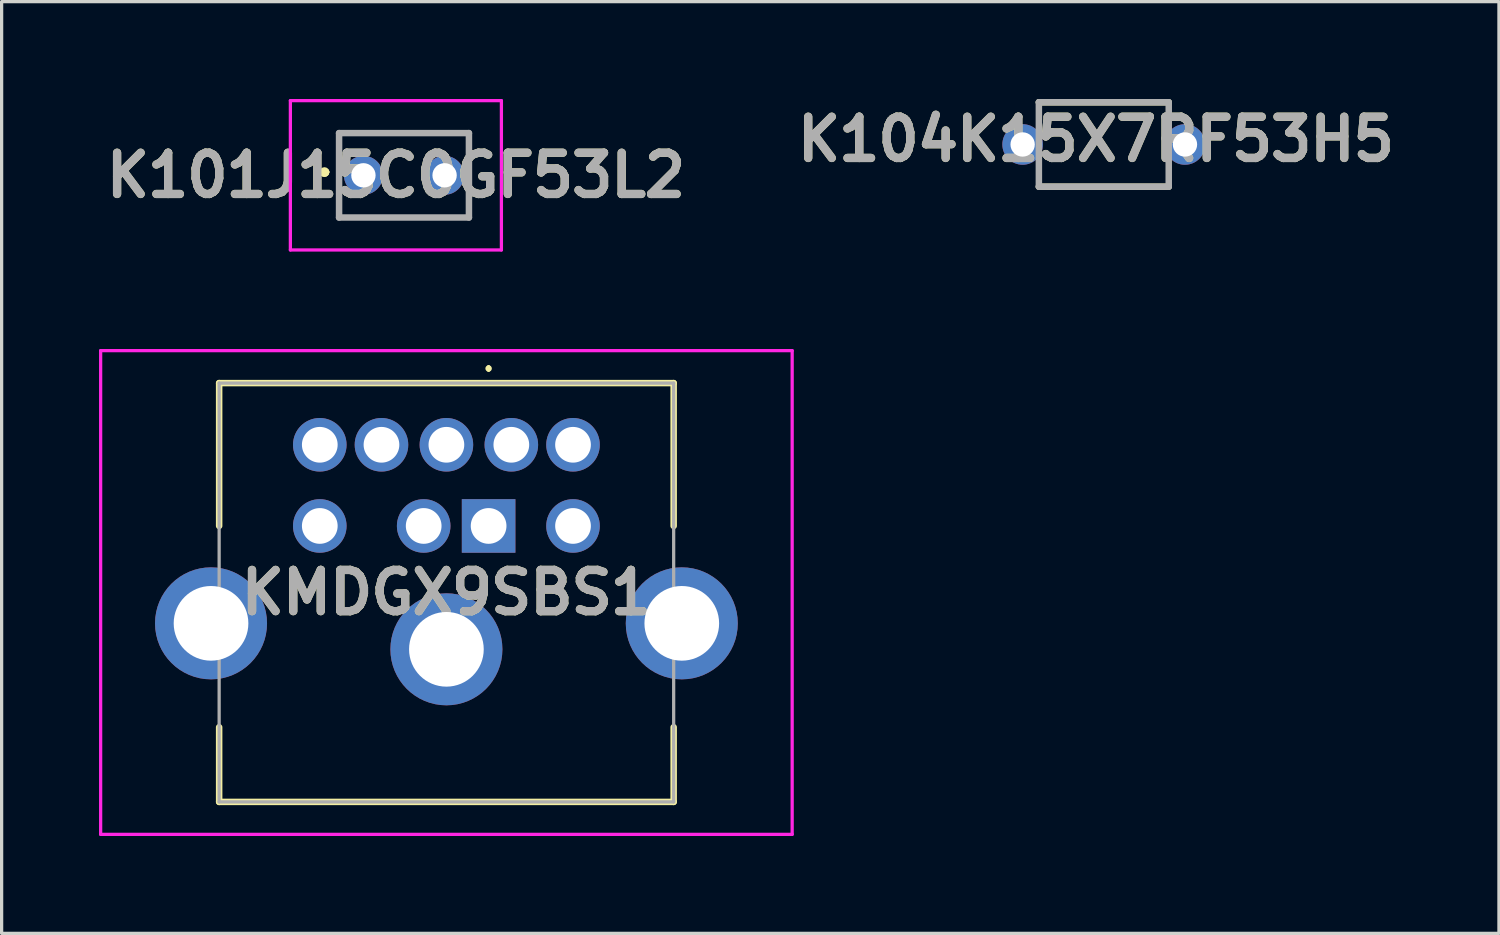
<source format=kicad_pcb>
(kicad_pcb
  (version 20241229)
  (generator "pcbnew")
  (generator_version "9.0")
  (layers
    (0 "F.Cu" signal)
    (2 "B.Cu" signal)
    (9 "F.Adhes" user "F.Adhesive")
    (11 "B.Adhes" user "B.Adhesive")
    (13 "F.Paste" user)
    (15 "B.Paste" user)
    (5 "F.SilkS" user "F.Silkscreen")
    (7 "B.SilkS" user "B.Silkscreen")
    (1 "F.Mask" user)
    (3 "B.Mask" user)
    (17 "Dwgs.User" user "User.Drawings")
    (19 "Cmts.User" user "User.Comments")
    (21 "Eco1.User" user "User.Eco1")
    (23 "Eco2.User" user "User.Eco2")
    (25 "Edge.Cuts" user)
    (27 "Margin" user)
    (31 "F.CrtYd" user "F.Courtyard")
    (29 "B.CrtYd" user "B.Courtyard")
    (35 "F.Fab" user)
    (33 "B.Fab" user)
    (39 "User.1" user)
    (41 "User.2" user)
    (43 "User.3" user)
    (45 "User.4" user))
  (footprint "K101J15C0GF53L2"
    (layer "F.Cu")
    (at 8.144 2.35)
    (property "Reference" "K101J15C0GF53L2" (at 1 0 0) (layer "F.SilkS") (effects (font (size 1.27 1.27) (thickness 0.254))))
    (attr through_hole)
    (fp_line (start -1.25 -0.1) (end -1.25 -0.1) (stroke (width 0.2) (type solid)) (layer "F.SilkS"))
    (fp_line (start -1.25 -0.1) (end -1.25 -0.1) (stroke (width 0.2) (type solid)) (layer "F.SilkS"))
    (fp_line (start -1.15 -0.1) (end -1.15 -0.1) (stroke (width 0.2) (type solid)) (layer "F.SilkS"))
    (fp_line (start -0.75 -1.3) (end -0.75 -1.3) (stroke (width 0.1) (type solid)) (layer "F.SilkS"))
    (fp_line (start -0.75 -1.3) (end -0.75 -1.3) (stroke (width 0.1) (type solid)) (layer "F.SilkS"))
    (fp_line (start -0.75 -1.3) (end -0.75 -1) (stroke (width 0.1) (type solid)) (layer "F.SilkS"))
    (fp_line (start -0.75 -1.3) (end 3.25 -1.3) (stroke (width 0.1) (type solid)) (layer "F.SilkS"))
    (fp_line (start -0.75 -1) (end -0.75 -1.3) (stroke (width 0.1) (type solid)) (layer "F.SilkS"))
    (fp_line (start -0.75 -1) (end -0.75 -1) (stroke (width 0.1) (type solid)) (layer "F.SilkS"))
    (fp_line (start -0.75 1) (end -0.75 1) (stroke (width 0.1) (type solid)) (layer "F.SilkS"))
    (fp_line (start -0.75 1) (end -0.75 1.25) (stroke (width 0.1) (type solid)) (layer "F.SilkS"))
    (fp_line (start -0.75 1.25) (end -0.75 1) (stroke (width 0.1) (type solid)) (layer "F.SilkS"))
    (fp_line (start -0.75 1.25) (end -0.75 1.25) (stroke (width 0.1) (type solid)) (layer "F.SilkS"))
    (fp_line (start -0.75 1.3) (end -0.75 1.3) (stroke (width 0.1) (type solid)) (layer "F.SilkS"))
    (fp_line (start -0.75 1.3) (end 3.25 1.3) (stroke (width 0.1) (type solid)) (layer "F.SilkS"))
    (fp_line (start 3.25 -1.3) (end -0.75 -1.3) (stroke (width 0.1) (type solid)) (layer "F.SilkS"))
    (fp_line (start 3.25 -1.3) (end 3.25 -1.3) (stroke (width 0.1) (type solid)) (layer "F.SilkS"))
    (fp_line (start 3.25 -1.25) (end 3.25 -1.25) (stroke (width 0.1) (type solid)) (layer "F.SilkS"))
    (fp_line (start 3.25 -1.25) (end 3.25 -1) (stroke (width 0.1) (type solid)) (layer "F.SilkS"))
    (fp_line (start 3.25 -1) (end 3.25 -1.25) (stroke (width 0.1) (type solid)) (layer "F.SilkS"))
    (fp_line (start 3.25 -1) (end 3.25 -1) (stroke (width 0.1) (type solid)) (layer "F.SilkS"))
    (fp_line (start 3.25 1) (end 3.25 1) (stroke (width 0.1) (type solid)) (layer "F.SilkS"))
    (fp_line (start 3.25 1) (end 3.25 1.3) (stroke (width 0.1) (type solid)) (layer "F.SilkS"))
    (fp_line (start 3.25 1.3) (end -0.75 1.3) (stroke (width 0.1) (type solid)) (layer "F.SilkS"))
    (fp_line (start 3.25 1.3) (end 3.25 1) (stroke (width 0.1) (type solid)) (layer "F.SilkS"))
    (fp_line (start 3.25 1.3) (end 3.25 1.3) (stroke (width 0.1) (type solid)) (layer "F.SilkS"))
    (fp_line (start 3.25 1.3) (end 3.25 1.3) (stroke (width 0.1) (type solid)) (layer "F.SilkS"))
    (fp_arc (start -1.25 -0.1) (mid -1.2 -0.15) (end -1.15 -0.1) (stroke (width 0.2) (type solid)) (layer "F.SilkS"))
    (fp_arc (start -1.15 -0.1) (mid -1.2 -0.05) (end -1.25 -0.1) (stroke (width 0.2) (type solid)) (layer "F.SilkS"))
    (fp_arc (start -1.15 -0.1) (mid -1.2 -0.05) (end -1.25 -0.1) (stroke (width 0.2) (type solid)) (layer "F.SilkS"))
    (fp_line (start -2.25 -2.3) (end 4.25 -2.3) (stroke (width 0.1) (type solid)) (layer "F.CrtYd"))
    (fp_line (start -2.25 2.3) (end -2.25 -2.3) (stroke (width 0.1) (type solid)) (layer "F.CrtYd"))
    (fp_line (start 4.25 -2.3) (end 4.25 2.3) (stroke (width 0.1) (type solid)) (layer "F.CrtYd"))
    (fp_line (start 4.25 2.3) (end -2.25 2.3) (stroke (width 0.1) (type solid)) (layer "F.CrtYd"))
    (fp_line (start -0.75 -1.3) (end -0.75 1.3) (stroke (width 0.2) (type solid)) (layer "F.Fab"))
    (fp_line (start -0.75 1.3) (end 3.25 1.3) (stroke (width 0.2) (type solid)) (layer "F.Fab"))
    (fp_line (start 3.25 -1.3) (end -0.75 -1.3) (stroke (width 0.2) (type solid)) (layer "F.Fab"))
    (fp_line (start 3.25 1.3) (end 3.25 -1.3) (stroke (width 0.2) (type solid)) (layer "F.Fab"))
    (fp_text user "${REFERENCE}" (at 1 0 0) (layer "F.Fab") (effects (font (size 1.27 1.27) (thickness 0.254))))
    (pad "1" thru_hole circle (at 0 0) (size 1.2 1.2) (drill 0.75) (layers "*.Cu" "*.Mask"))
    (pad "2" thru_hole circle (at 2.5 0) (size 1.2 1.2) (drill 0.75) (layers "*.Cu" "*.Mask")))
  (footprint "K104K15X7RF53H5"
    (layer "F.Cu")
    (at 30.949 1.4)
    (property "Reference" "K104K15X7RF53H5" (at -0.245 -0.159 0) (layer "F.SilkS") (effects (font (size 1.27 1.27) (thickness 0.254))))
    (attr through_hole)
    (fp_line (start -2 -1.3) (end 2 -1.3) (stroke (width 0.2) (type solid)) (layer "F.SilkS"))
    (fp_line (start -2 1.3) (end 2 1.3) (stroke (width 0.2) (type solid)) (layer "F.SilkS"))
    (fp_line (start -2 -1.3) (end 2 -1.3) (stroke (width 0.2) (type solid)) (layer "F.Fab"))
    (fp_line (start -2 1.3) (end -2 -1.3) (stroke (width 0.2) (type solid)) (layer "F.Fab"))
    (fp_line (start 2 -1.3) (end 2 1.3) (stroke (width 0.2) (type solid)) (layer "F.Fab"))
    (fp_line (start 2 1.3) (end -2 1.3) (stroke (width 0.2) (type solid)) (layer "F.Fab"))
    (fp_text user "${REFERENCE}" (at -0.245 -0.159 0) (layer "F.Fab") (effects (font (size 1.27 1.27) (thickness 0.254))))
    (pad "1" thru_hole circle (at -2.5 0) (size 1.25 1.25) (drill 0.75) (layers "*.Cu" "*.Mask"))
    (pad "2" thru_hole circle (at 2.5 0) (size 1.25 1.25) (drill 0.75) (layers "*.Cu" "*.Mask")))
  (footprint "KMDGX9SBS1"
    (layer "F.Cu")
    (at 12 13.15)
    (property "Reference" "KMDGX9SBS1" (at -1.3 2.05 0) (layer "F.SilkS") (effects (font (size 1.27 1.27) (thickness 0.254))))
    (attr through_hole)
    (fp_line (start -8.3 -4.4) (end 5.7 -4.4) (stroke (width 0.2) (type solid)) (layer "F.SilkS"))
    (fp_line (start -8.3 0) (end -8.3 -4.4) (stroke (width 0.2) (type solid)) (layer "F.SilkS"))
    (fp_line (start -8.3 6.2) (end -8.3 8.5) (stroke (width 0.2) (type solid)) (layer "F.SilkS"))
    (fp_line (start -8.3 8.5) (end 5.7 8.5) (stroke (width 0.2) (type solid)) (layer "F.SilkS"))
    (fp_line (start 0 -4.9) (end 0 -4.9) (stroke (width 0.1) (type solid)) (layer "F.SilkS"))
    (fp_line (start 0 -4.8) (end 0 -4.8) (stroke (width 0.1) (type solid)) (layer "F.SilkS"))
    (fp_line (start 5.7 -4.4) (end 5.7 0) (stroke (width 0.2) (type solid)) (layer "F.SilkS"))
    (fp_line (start 5.7 8.5) (end 5.7 6.2) (stroke (width 0.2) (type solid)) (layer "F.SilkS"))
    (fp_arc (start 0 -4.9) (mid 0.05 -4.85) (end 0 -4.8) (stroke (width 0.1) (type solid)) (layer "F.SilkS"))
    (fp_arc (start 0 -4.8) (mid -0.05 -4.85) (end 0 -4.9) (stroke (width 0.1) (type solid)) (layer "F.SilkS"))
    (fp_line (start -11.95 -5.4) (end -11.95 9.5) (stroke (width 0.1) (type solid)) (layer "F.CrtYd"))
    (fp_line (start -11.95 9.5) (end 9.35 9.5) (stroke (width 0.1) (type solid)) (layer "F.CrtYd"))
    (fp_line (start 9.35 -5.4) (end -11.95 -5.4) (stroke (width 0.1) (type solid)) (layer "F.CrtYd"))
    (fp_line (start 9.35 9.5) (end 9.35 -5.4) (stroke (width 0.1) (type solid)) (layer "F.CrtYd"))
    (fp_line (start -8.3 -4.4) (end -8.3 8.5) (stroke (width 0.1) (type solid)) (layer "F.Fab"))
    (fp_line (start -8.3 8.5) (end 5.7 8.5) (stroke (width 0.1) (type solid)) (layer "F.Fab"))
    (fp_line (start 5.7 -4.4) (end -8.3 -4.4) (stroke (width 0.1) (type solid)) (layer "F.Fab"))
    (fp_line (start 5.7 8.5) (end 5.7 -4.4) (stroke (width 0.1) (type solid)) (layer "F.Fab"))
    (fp_text user "${REFERENCE}" (at -1.3 2.05 0) (layer "F.Fab") (effects (font (size 1.27 1.27) (thickness 0.254))))
    (pad "1" thru_hole rect (at 0 0) (size 1.65 1.65) (drill 1.1) (layers "*.Cu" "*.Mask"))
    (pad "2" thru_hole circle (at -2 0) (size 1.65 1.65) (drill 1.1) (layers "*.Cu" "*.Mask"))
    (pad "3" thru_hole circle (at 2.6 0) (size 1.65 1.65) (drill 1.1) (layers "*.Cu" "*.Mask"))
    (pad "4" thru_hole circle (at 0.7 -2.5) (size 1.65 1.65) (drill 1.1) (layers "*.Cu" "*.Mask"))
    (pad "5" thru_hole circle (at -1.3 -2.5) (size 1.65 1.65) (drill 1.1) (layers "*.Cu" "*.Mask"))
    (pad "6" thru_hole circle (at -5.2 0) (size 1.65 1.65) (drill 1.1) (layers "*.Cu" "*.Mask"))
    (pad "7" thru_hole circle (at 2.6 -2.5) (size 1.65 1.65) (drill 1.1) (layers "*.Cu" "*.Mask"))
    (pad "8" thru_hole circle (at -3.3 -2.5) (size 1.65 1.65) (drill 1.1) (layers "*.Cu" "*.Mask"))
    (pad "9" thru_hole circle (at -5.2 -2.5) (size 1.65 1.65) (drill 1.1) (layers "*.Cu" "*.Mask"))
    (pad "10" thru_hole circle (at 5.95 3) (size 3.45 3.45) (drill 2.3) (layers "*.Cu" "*.Mask"))
    (pad "11" thru_hole circle (at -1.3 3.8) (size 3.45 3.45) (drill 2.3) (layers "*.Cu" "*.Mask"))
    (pad "12" thru_hole circle (at -8.55 3) (size 3.45 3.45) (drill 2.3) (layers "*.Cu" "*.Mask")))
  (gr_rect
    (start -3 -3)
    (end 43.12 25.7)
    (stroke (width 0.1) (type default))
    (fill no)
    (layer "Edge.Cuts")))
</source>
